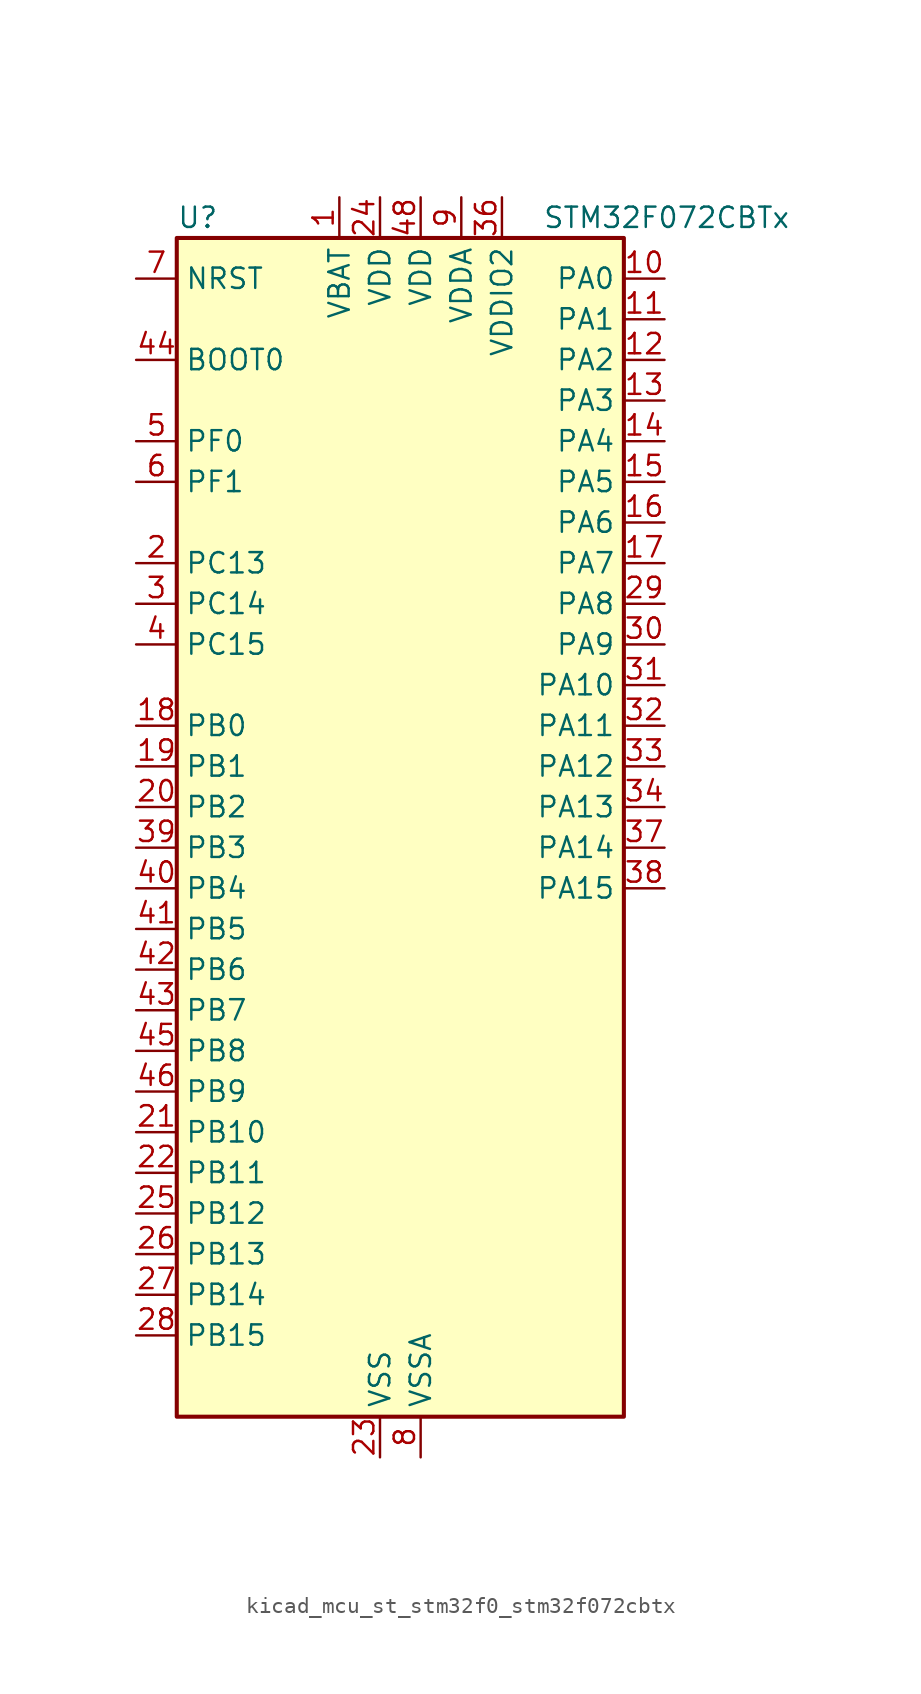
<source format=kicad_sym>
(kicad_symbol_lib
  (version 20220914)
  (generator kicad_symbol_editor)
  (symbol "kicad_mcu_st_stm32f0_stm32f072cbtx"
    (property "Reference" "U"
      (at -12.7 39.37 0)
      (effects (font (size 1.27 1.27)) (justify left)))
    (property "Value" "STM32F072CBTx"
      (at 10.16 39.37 0)
      (effects (font (size 1.27 1.27)) (justify left)))
    (property "ki_locked" ""
      (at 0 0 0)
      (effects (font (size 1.27 1.27))))
    (symbol "kicad_mcu_st_stm32f0_stm32f072cbtx_0_1"
      (rectangle (start -12.7 -35.56) (end 15.24 38.1) (stroke (width 0.254) (type default)) (fill (type background))))
    (symbol "kicad_mcu_st_stm32f0_stm32f072cbtx_1_1"
      (pin power_in line (at -2.54 40.64 270) (length 2.54) (name "VBAT" (effects (font (size 1.27 1.27)))) (number "1" (effects (font (size 1.27 1.27)))))
      (pin bidirectional line (at 17.78 35.56 180) (length 2.54) (name "PA0" (effects (font (size 1.27 1.27)))) (number "10" (effects (font (size 1.27 1.27)))) (alternate "ADC_IN0" bidirectional line) (alternate "COMP1_INM" bidirectional line) (alternate "COMP1_OUT" bidirectional line) (alternate "RTC_TAMP2" bidirectional line) (alternate "SYS_WKUP1" bidirectional line) (alternate "TIM2_CH1" bidirectional line) (alternate "TIM2_ETR" bidirectional line) (alternate "TSC_G1_IO1" bidirectional line) (alternate "USART2_CTS" bidirectional line) (alternate "USART4_TX" bidirectional line))
      (pin bidirectional line (at 17.78 33.02 180) (length 2.54) (name "PA1" (effects (font (size 1.27 1.27)))) (number "11" (effects (font (size 1.27 1.27)))) (alternate "ADC_IN1" bidirectional line) (alternate "COMP1_INP" bidirectional line) (alternate "TIM15_CH1N" bidirectional line) (alternate "TIM2_CH2" bidirectional line) (alternate "TSC_G1_IO2" bidirectional line) (alternate "USART2_DE" bidirectional line) (alternate "USART2_RTS" bidirectional line) (alternate "USART4_RX" bidirectional line))
      (pin bidirectional line (at 17.78 30.48 180) (length 2.54) (name "PA2" (effects (font (size 1.27 1.27)))) (number "12" (effects (font (size 1.27 1.27)))) (alternate "ADC_IN2" bidirectional line) (alternate "COMP2_INM" bidirectional line) (alternate "COMP2_OUT" bidirectional line) (alternate "SYS_WKUP4" bidirectional line) (alternate "TIM15_CH1" bidirectional line) (alternate "TIM2_CH3" bidirectional line) (alternate "TSC_G1_IO3" bidirectional line) (alternate "USART2_TX" bidirectional line))
      (pin bidirectional line (at 17.78 27.94 180) (length 2.54) (name "PA3" (effects (font (size 1.27 1.27)))) (number "13" (effects (font (size 1.27 1.27)))) (alternate "ADC_IN3" bidirectional line) (alternate "COMP2_INP" bidirectional line) (alternate "TIM15_CH2" bidirectional line) (alternate "TIM2_CH4" bidirectional line) (alternate "TSC_G1_IO4" bidirectional line) (alternate "USART2_RX" bidirectional line))
      (pin bidirectional line (at 17.78 25.4 180) (length 2.54) (name "PA4" (effects (font (size 1.27 1.27)))) (number "14" (effects (font (size 1.27 1.27)))) (alternate "ADC_IN4" bidirectional line) (alternate "COMP1_INM" bidirectional line) (alternate "COMP2_INM" bidirectional line) (alternate "DAC_OUT1" bidirectional line) (alternate "I2S1_WS" bidirectional line) (alternate "SPI1_NSS" bidirectional line) (alternate "TIM14_CH1" bidirectional line) (alternate "TSC_G2_IO1" bidirectional line) (alternate "USART2_CK" bidirectional line))
      (pin bidirectional line (at 17.78 22.86 180) (length 2.54) (name "PA5" (effects (font (size 1.27 1.27)))) (number "15" (effects (font (size 1.27 1.27)))) (alternate "ADC_IN5" bidirectional line) (alternate "CEC" bidirectional line) (alternate "COMP1_INM" bidirectional line) (alternate "COMP2_INM" bidirectional line) (alternate "DAC_OUT2" bidirectional line) (alternate "I2S1_CK" bidirectional line) (alternate "SPI1_SCK" bidirectional line) (alternate "TIM2_CH1" bidirectional line) (alternate "TIM2_ETR" bidirectional line) (alternate "TSC_G2_IO2" bidirectional line))
      (pin bidirectional line (at 17.78 20.32 180) (length 2.54) (name "PA6" (effects (font (size 1.27 1.27)))) (number "16" (effects (font (size 1.27 1.27)))) (alternate "ADC_IN6" bidirectional line) (alternate "COMP1_OUT" bidirectional line) (alternate "I2S1_MCK" bidirectional line) (alternate "SPI1_MISO" bidirectional line) (alternate "TIM16_CH1" bidirectional line) (alternate "TIM1_BKIN" bidirectional line) (alternate "TIM3_CH1" bidirectional line) (alternate "TSC_G2_IO3" bidirectional line) (alternate "USART3_CTS" bidirectional line))
      (pin bidirectional line (at 17.78 17.78 180) (length 2.54) (name "PA7" (effects (font (size 1.27 1.27)))) (number "17" (effects (font (size 1.27 1.27)))) (alternate "ADC_IN7" bidirectional line) (alternate "COMP2_OUT" bidirectional line) (alternate "I2S1_SD" bidirectional line) (alternate "SPI1_MOSI" bidirectional line) (alternate "TIM14_CH1" bidirectional line) (alternate "TIM17_CH1" bidirectional line) (alternate "TIM1_CH1N" bidirectional line) (alternate "TIM3_CH2" bidirectional line) (alternate "TSC_G2_IO4" bidirectional line))
      (pin bidirectional line (at -15.24 7.62 0) (length 2.54) (name "PB0" (effects (font (size 1.27 1.27)))) (number "18" (effects (font (size 1.27 1.27)))) (alternate "ADC_IN8" bidirectional line) (alternate "TIM1_CH2N" bidirectional line) (alternate "TIM3_CH3" bidirectional line) (alternate "TSC_G3_IO2" bidirectional line) (alternate "USART3_CK" bidirectional line))
      (pin bidirectional line (at -15.24 5.08 0) (length 2.54) (name "PB1" (effects (font (size 1.27 1.27)))) (number "19" (effects (font (size 1.27 1.27)))) (alternate "ADC_IN9" bidirectional line) (alternate "TIM14_CH1" bidirectional line) (alternate "TIM1_CH3N" bidirectional line) (alternate "TIM3_CH4" bidirectional line) (alternate "TSC_G3_IO3" bidirectional line) (alternate "USART3_DE" bidirectional line) (alternate "USART3_RTS" bidirectional line))
      (pin bidirectional line (at -15.24 17.78 0) (length 2.54) (name "PC13" (effects (font (size 1.27 1.27)))) (number "2" (effects (font (size 1.27 1.27)))) (alternate "RTC_OUT_ALARM" bidirectional line) (alternate "RTC_OUT_CALIB" bidirectional line) (alternate "RTC_TAMP1" bidirectional line) (alternate "RTC_TS" bidirectional line) (alternate "SYS_WKUP2" bidirectional line))
      (pin bidirectional line (at -15.24 2.54 0) (length 2.54) (name "PB2" (effects (font (size 1.27 1.27)))) (number "20" (effects (font (size 1.27 1.27)))) (alternate "TSC_G3_IO4" bidirectional line))
      (pin bidirectional line (at -15.24 -17.78 0) (length 2.54) (name "PB10" (effects (font (size 1.27 1.27)))) (number "21" (effects (font (size 1.27 1.27)))) (alternate "CEC" bidirectional line) (alternate "I2C2_SCL" bidirectional line) (alternate "I2S2_CK" bidirectional line) (alternate "SPI2_SCK" bidirectional line) (alternate "TIM2_CH3" bidirectional line) (alternate "TSC_SYNC" bidirectional line) (alternate "USART3_TX" bidirectional line))
      (pin bidirectional line (at -15.24 -20.32 0) (length 2.54) (name "PB11" (effects (font (size 1.27 1.27)))) (number "22" (effects (font (size 1.27 1.27)))) (alternate "I2C2_SDA" bidirectional line) (alternate "TIM2_CH4" bidirectional line) (alternate "TSC_G6_IO1" bidirectional line) (alternate "USART3_RX" bidirectional line))
      (pin power_in line (at 0 -38.1 90) (length 2.54) (name "VSS" (effects (font (size 1.27 1.27)))) (number "23" (effects (font (size 1.27 1.27)))))
      (pin power_in line (at 0 40.64 270) (length 2.54) (name "VDD" (effects (font (size 1.27 1.27)))) (number "24" (effects (font (size 1.27 1.27)))))
      (pin bidirectional line (at -15.24 -22.86 0) (length 2.54) (name "PB12" (effects (font (size 1.27 1.27)))) (number "25" (effects (font (size 1.27 1.27)))) (alternate "I2S2_WS" bidirectional line) (alternate "SPI2_NSS" bidirectional line) (alternate "TIM15_BKIN" bidirectional line) (alternate "TIM1_BKIN" bidirectional line) (alternate "TSC_G6_IO2" bidirectional line) (alternate "USART3_CK" bidirectional line))
      (pin bidirectional line (at -15.24 -25.4 0) (length 2.54) (name "PB13" (effects (font (size 1.27 1.27)))) (number "26" (effects (font (size 1.27 1.27)))) (alternate "I2C2_SCL" bidirectional line) (alternate "I2S2_CK" bidirectional line) (alternate "SPI2_SCK" bidirectional line) (alternate "TIM1_CH1N" bidirectional line) (alternate "TSC_G6_IO3" bidirectional line) (alternate "USART3_CTS" bidirectional line))
      (pin bidirectional line (at -15.24 -27.94 0) (length 2.54) (name "PB14" (effects (font (size 1.27 1.27)))) (number "27" (effects (font (size 1.27 1.27)))) (alternate "I2C2_SDA" bidirectional line) (alternate "I2S2_MCK" bidirectional line) (alternate "SPI2_MISO" bidirectional line) (alternate "TIM15_CH1" bidirectional line) (alternate "TIM1_CH2N" bidirectional line) (alternate "TSC_G6_IO4" bidirectional line) (alternate "USART3_DE" bidirectional line) (alternate "USART3_RTS" bidirectional line))
      (pin bidirectional line (at -15.24 -30.48 0) (length 2.54) (name "PB15" (effects (font (size 1.27 1.27)))) (number "28" (effects (font (size 1.27 1.27)))) (alternate "I2S2_SD" bidirectional line) (alternate "RTC_REFIN" bidirectional line) (alternate "SPI2_MOSI" bidirectional line) (alternate "SYS_WKUP7" bidirectional line) (alternate "TIM15_CH1N" bidirectional line) (alternate "TIM15_CH2" bidirectional line) (alternate "TIM1_CH3N" bidirectional line))
      (pin bidirectional line (at 17.78 15.24 180) (length 2.54) (name "PA8" (effects (font (size 1.27 1.27)))) (number "29" (effects (font (size 1.27 1.27)))) (alternate "CRS_SYNC" bidirectional line) (alternate "RCC_MCO" bidirectional line) (alternate "TIM1_CH1" bidirectional line) (alternate "USART1_CK" bidirectional line))
      (pin bidirectional line (at -15.24 15.24 0) (length 2.54) (name "PC14" (effects (font (size 1.27 1.27)))) (number "3" (effects (font (size 1.27 1.27)))) (alternate "RCC_OSC32_IN" bidirectional line))
      (pin bidirectional line (at 17.78 12.7 180) (length 2.54) (name "PA9" (effects (font (size 1.27 1.27)))) (number "30" (effects (font (size 1.27 1.27)))) (alternate "DAC_EXTI9" bidirectional line) (alternate "TIM15_BKIN" bidirectional line) (alternate "TIM1_CH2" bidirectional line) (alternate "TSC_G4_IO1" bidirectional line) (alternate "USART1_TX" bidirectional line))
      (pin bidirectional line (at 17.78 10.16 180) (length 2.54) (name "PA10" (effects (font (size 1.27 1.27)))) (number "31" (effects (font (size 1.27 1.27)))) (alternate "TIM17_BKIN" bidirectional line) (alternate "TIM1_CH3" bidirectional line) (alternate "TSC_G4_IO2" bidirectional line) (alternate "USART1_RX" bidirectional line))
      (pin bidirectional line (at 17.78 7.62 180) (length 2.54) (name "PA11" (effects (font (size 1.27 1.27)))) (number "32" (effects (font (size 1.27 1.27)))) (alternate "CAN_RX" bidirectional line) (alternate "COMP1_OUT" bidirectional line) (alternate "TIM1_CH4" bidirectional line) (alternate "TSC_G4_IO3" bidirectional line) (alternate "USART1_CTS" bidirectional line) (alternate "USB_DM" bidirectional line))
      (pin bidirectional line (at 17.78 5.08 180) (length 2.54) (name "PA12" (effects (font (size 1.27 1.27)))) (number "33" (effects (font (size 1.27 1.27)))) (alternate "CAN_TX" bidirectional line) (alternate "COMP2_OUT" bidirectional line) (alternate "TIM1_ETR" bidirectional line) (alternate "TSC_G4_IO4" bidirectional line) (alternate "USART1_DE" bidirectional line) (alternate "USART1_RTS" bidirectional line) (alternate "USB_DP" bidirectional line))
      (pin bidirectional line (at 17.78 2.54 180) (length 2.54) (name "PA13" (effects (font (size 1.27 1.27)))) (number "34" (effects (font (size 1.27 1.27)))) (alternate "IR_OUT" bidirectional line) (alternate "SYS_SWDIO" bidirectional line) (alternate "USB_NOE" bidirectional line))
      (pin passive line (at 0 -38.1 90) (length 2.54) hide (name "VSS" (effects (font (size 1.27 1.27)))) (number "35" (effects (font (size 1.27 1.27)))))
      (pin power_in line (at 7.62 40.64 270) (length 2.54) (name "VDDIO2" (effects (font (size 1.27 1.27)))) (number "36" (effects (font (size 1.27 1.27)))))
      (pin bidirectional line (at 17.78 0 180) (length 2.54) (name "PA14" (effects (font (size 1.27 1.27)))) (number "37" (effects (font (size 1.27 1.27)))) (alternate "SYS_SWCLK" bidirectional line) (alternate "USART2_TX" bidirectional line))
      (pin bidirectional line (at 17.78 -2.54 180) (length 2.54) (name "PA15" (effects (font (size 1.27 1.27)))) (number "38" (effects (font (size 1.27 1.27)))) (alternate "I2S1_WS" bidirectional line) (alternate "SPI1_NSS" bidirectional line) (alternate "TIM2_CH1" bidirectional line) (alternate "TIM2_ETR" bidirectional line) (alternate "USART2_RX" bidirectional line) (alternate "USART4_DE" bidirectional line) (alternate "USART4_RTS" bidirectional line))
      (pin bidirectional line (at -15.24 0 0) (length 2.54) (name "PB3" (effects (font (size 1.27 1.27)))) (number "39" (effects (font (size 1.27 1.27)))) (alternate "I2S1_CK" bidirectional line) (alternate "SPI1_SCK" bidirectional line) (alternate "TIM2_CH2" bidirectional line) (alternate "TSC_G5_IO1" bidirectional line))
      (pin bidirectional line (at -15.24 12.7 0) (length 2.54) (name "PC15" (effects (font (size 1.27 1.27)))) (number "4" (effects (font (size 1.27 1.27)))) (alternate "RCC_OSC32_OUT" bidirectional line))
      (pin bidirectional line (at -15.24 -2.54 0) (length 2.54) (name "PB4" (effects (font (size 1.27 1.27)))) (number "40" (effects (font (size 1.27 1.27)))) (alternate "I2S1_MCK" bidirectional line) (alternate "SPI1_MISO" bidirectional line) (alternate "TIM17_BKIN" bidirectional line) (alternate "TIM3_CH1" bidirectional line) (alternate "TSC_G5_IO2" bidirectional line))
      (pin bidirectional line (at -15.24 -5.08 0) (length 2.54) (name "PB5" (effects (font (size 1.27 1.27)))) (number "41" (effects (font (size 1.27 1.27)))) (alternate "I2C1_SMBA" bidirectional line) (alternate "I2S1_SD" bidirectional line) (alternate "SPI1_MOSI" bidirectional line) (alternate "SYS_WKUP6" bidirectional line) (alternate "TIM16_BKIN" bidirectional line) (alternate "TIM3_CH2" bidirectional line))
      (pin bidirectional line (at -15.24 -7.62 0) (length 2.54) (name "PB6" (effects (font (size 1.27 1.27)))) (number "42" (effects (font (size 1.27 1.27)))) (alternate "I2C1_SCL" bidirectional line) (alternate "TIM16_CH1N" bidirectional line) (alternate "TSC_G5_IO3" bidirectional line) (alternate "USART1_TX" bidirectional line))
      (pin bidirectional line (at -15.24 -10.16 0) (length 2.54) (name "PB7" (effects (font (size 1.27 1.27)))) (number "43" (effects (font (size 1.27 1.27)))) (alternate "I2C1_SDA" bidirectional line) (alternate "TIM17_CH1N" bidirectional line) (alternate "TSC_G5_IO4" bidirectional line) (alternate "USART1_RX" bidirectional line) (alternate "USART4_CTS" bidirectional line))
      (pin input line (at -15.24 30.48 0) (length 2.54) (name "BOOT0" (effects (font (size 1.27 1.27)))) (number "44" (effects (font (size 1.27 1.27)))))
      (pin bidirectional line (at -15.24 -12.7 0) (length 2.54) (name "PB8" (effects (font (size 1.27 1.27)))) (number "45" (effects (font (size 1.27 1.27)))) (alternate "CAN_RX" bidirectional line) (alternate "CEC" bidirectional line) (alternate "I2C1_SCL" bidirectional line) (alternate "TIM16_CH1" bidirectional line) (alternate "TSC_SYNC" bidirectional line))
      (pin bidirectional line (at -15.24 -15.24 0) (length 2.54) (name "PB9" (effects (font (size 1.27 1.27)))) (number "46" (effects (font (size 1.27 1.27)))) (alternate "CAN_TX" bidirectional line) (alternate "DAC_EXTI9" bidirectional line) (alternate "I2C1_SDA" bidirectional line) (alternate "I2S2_WS" bidirectional line) (alternate "IR_OUT" bidirectional line) (alternate "SPI2_NSS" bidirectional line) (alternate "TIM17_CH1" bidirectional line))
      (pin passive line (at 0 -38.1 90) (length 2.54) hide (name "VSS" (effects (font (size 1.27 1.27)))) (number "47" (effects (font (size 1.27 1.27)))))
      (pin power_in line (at 2.54 40.64 270) (length 2.54) (name "VDD" (effects (font (size 1.27 1.27)))) (number "48" (effects (font (size 1.27 1.27)))))
      (pin bidirectional line (at -15.24 25.4 0) (length 2.54) (name "PF0" (effects (font (size 1.27 1.27)))) (number "5" (effects (font (size 1.27 1.27)))) (alternate "CRS_SYNC" bidirectional line) (alternate "RCC_OSC_IN" bidirectional line))
      (pin bidirectional line (at -15.24 22.86 0) (length 2.54) (name "PF1" (effects (font (size 1.27 1.27)))) (number "6" (effects (font (size 1.27 1.27)))) (alternate "RCC_OSC_OUT" bidirectional line))
      (pin input line (at -15.24 35.56 0) (length 2.54) (name "NRST" (effects (font (size 1.27 1.27)))) (number "7" (effects (font (size 1.27 1.27)))))
      (pin power_in line (at 2.54 -38.1 90) (length 2.54) (name "VSSA" (effects (font (size 1.27 1.27)))) (number "8" (effects (font (size 1.27 1.27)))))
      (pin power_in line (at 5.08 40.64 270) (length 2.54) (name "VDDA" (effects (font (size 1.27 1.27)))) (number "9" (effects (font (size 1.27 1.27))))))))
</source>
